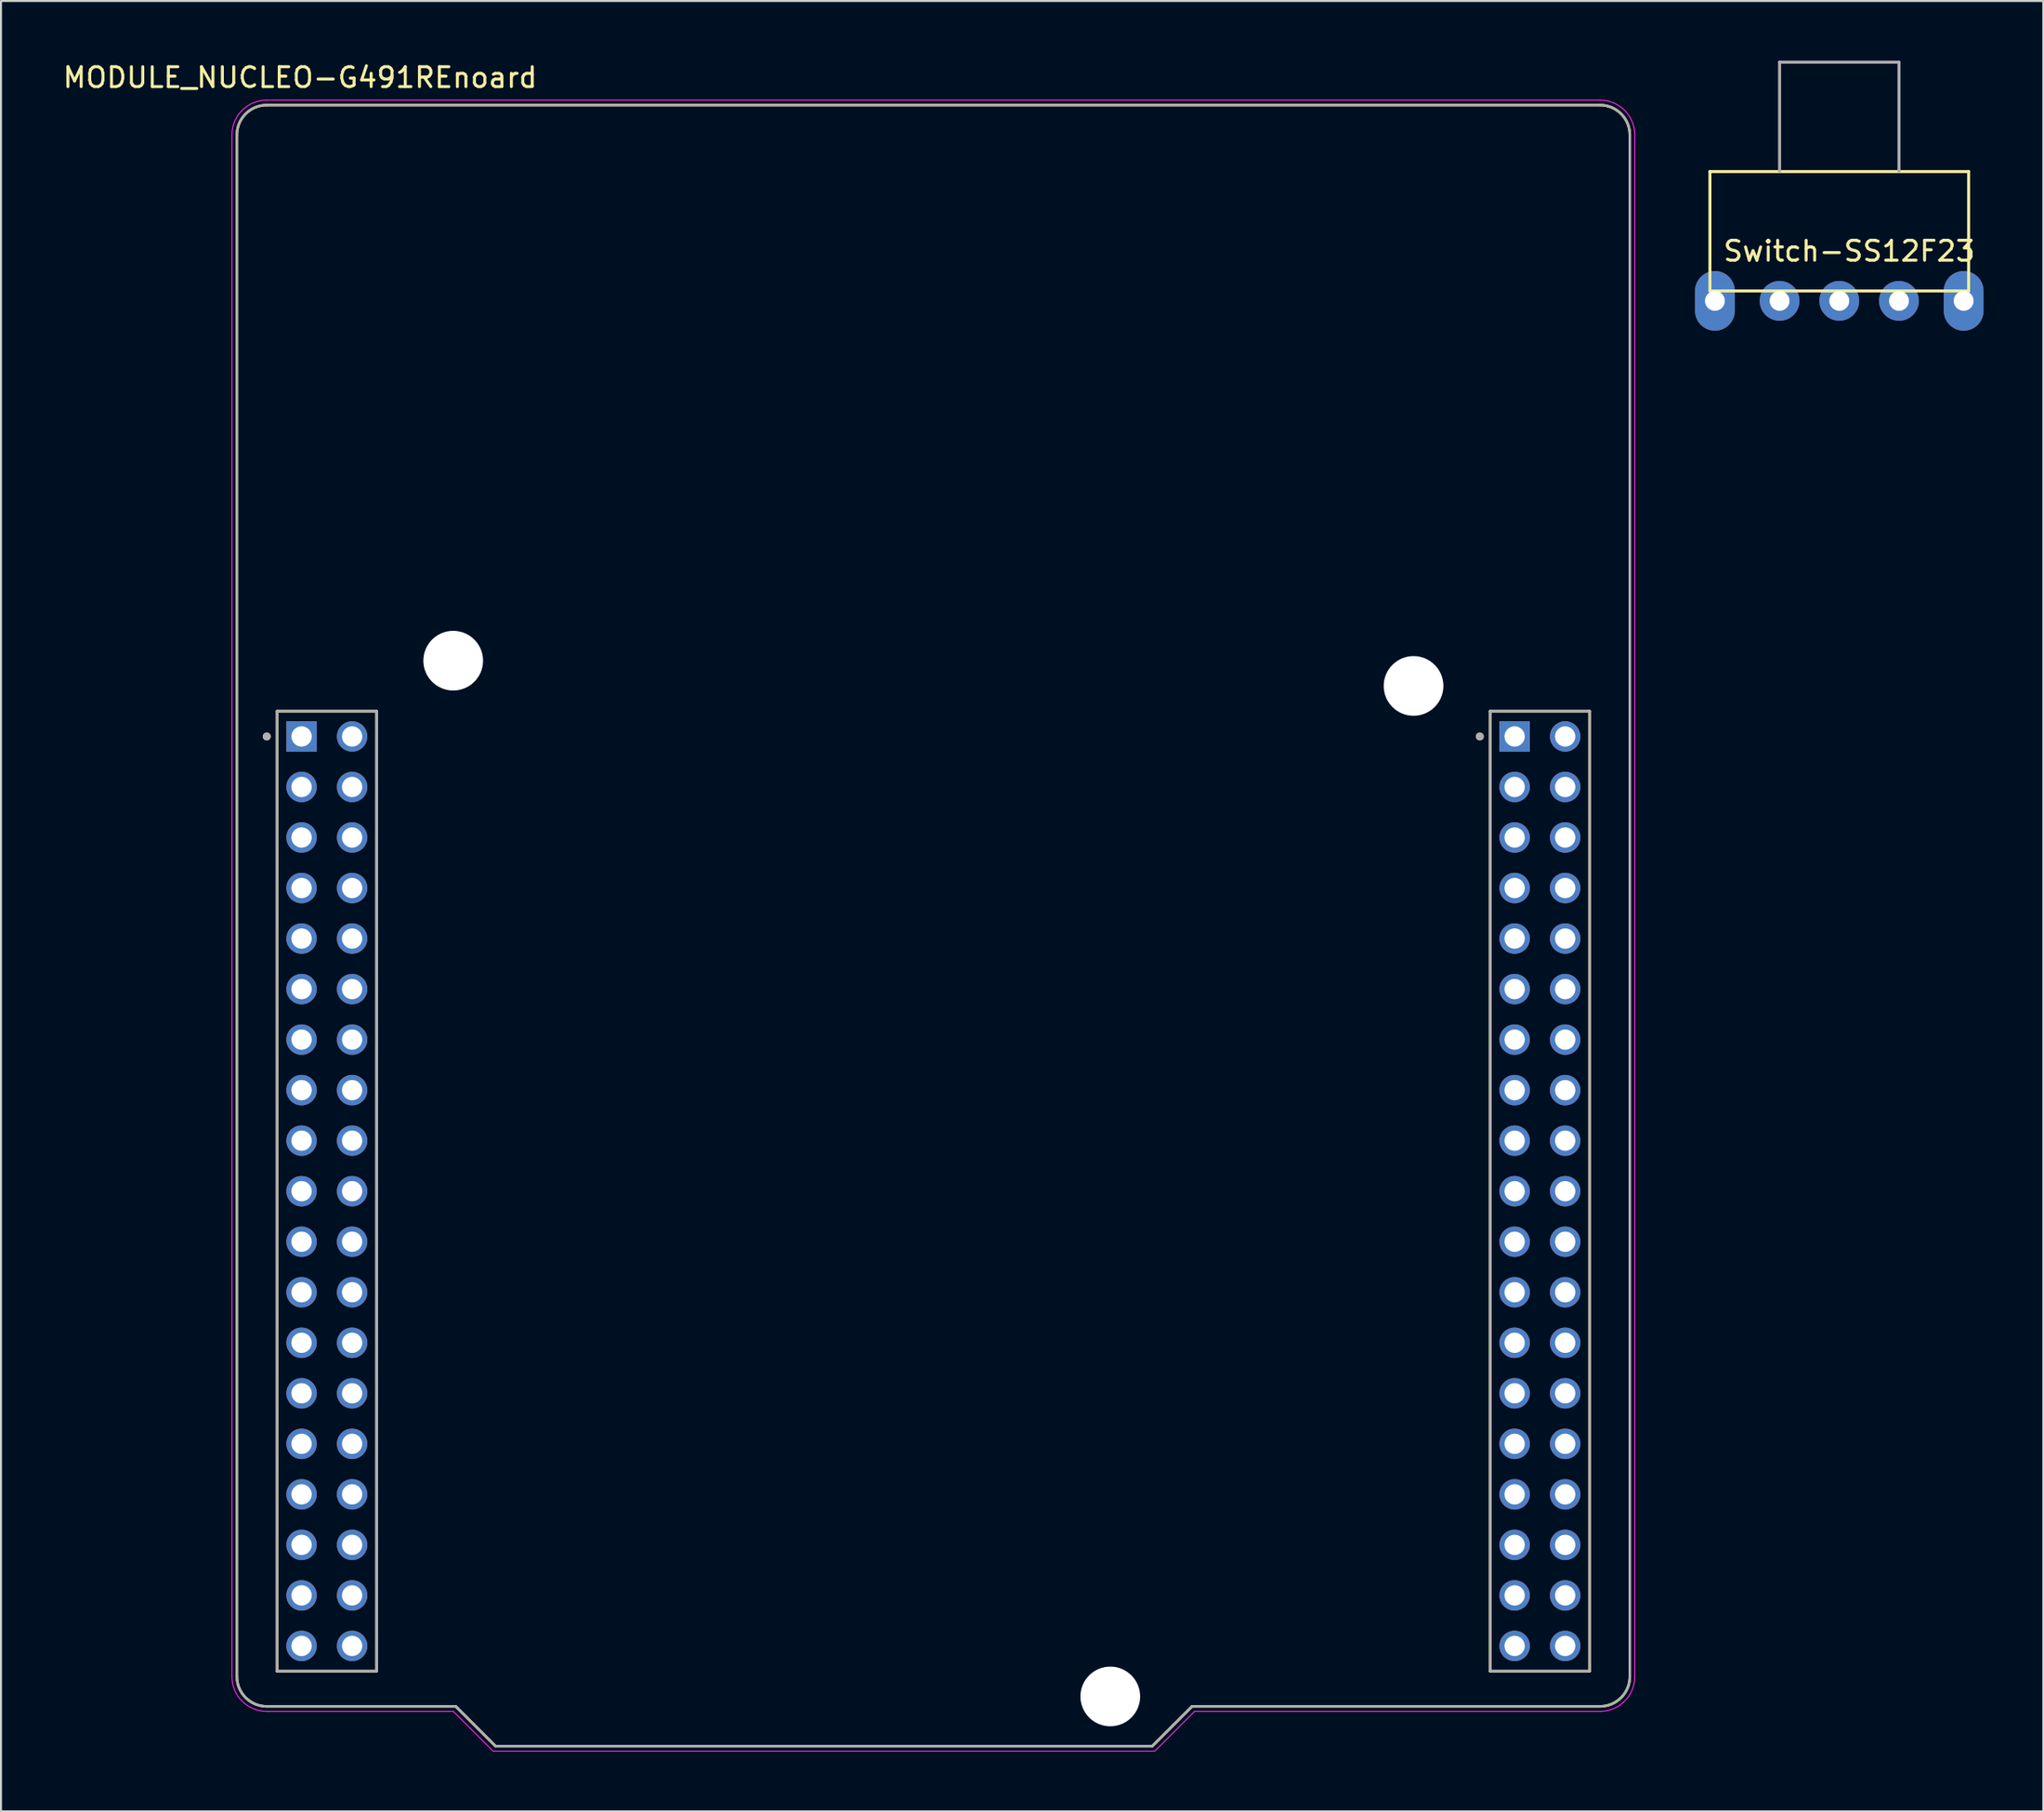
<source format=kicad_pcb>
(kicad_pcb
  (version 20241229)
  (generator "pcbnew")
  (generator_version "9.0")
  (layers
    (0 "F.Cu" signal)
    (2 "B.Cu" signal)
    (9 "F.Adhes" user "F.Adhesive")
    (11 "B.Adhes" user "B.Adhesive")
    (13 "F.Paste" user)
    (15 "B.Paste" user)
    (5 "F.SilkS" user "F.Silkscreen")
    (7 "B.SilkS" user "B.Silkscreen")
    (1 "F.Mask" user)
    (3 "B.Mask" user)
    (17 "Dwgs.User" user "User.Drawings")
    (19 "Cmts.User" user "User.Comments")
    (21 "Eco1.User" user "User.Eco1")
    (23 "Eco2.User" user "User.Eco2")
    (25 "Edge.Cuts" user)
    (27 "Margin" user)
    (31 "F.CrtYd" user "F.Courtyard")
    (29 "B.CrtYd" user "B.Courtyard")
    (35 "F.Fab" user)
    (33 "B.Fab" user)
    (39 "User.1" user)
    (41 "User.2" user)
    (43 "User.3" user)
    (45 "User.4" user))
  (footprint "Switch-SS12F23"
    (layer "F.Cu")
    (at 89.38 12.075)
    (property "Reference" "Switch-SS12F23" (at 0.5 -2.5 0) (layer "F.SilkS") (effects (font (size 1 1) (thickness 0.15))))
    (attr through_hole)
    (fp_line (start -6.5 -6.5) (end -6.5 -0.5) (stroke (width 0.15) (type solid)) (layer "F.SilkS"))
    (fp_line (start -6.5 -0.5) (end 6.5 -0.5) (stroke (width 0.15) (type solid)) (layer "F.SilkS"))
    (fp_line (start 6.5 -6.5) (end -6.5 -6.5) (stroke (width 0.15) (type solid)) (layer "F.SilkS"))
    (fp_line (start 6.5 -0.5) (end 6.5 -6.5) (stroke (width 0.15) (type solid)) (layer "F.SilkS"))
    (fp_line (start -3 -12) (end -3 -6.5) (stroke (width 0.15) (type solid)) (layer "F.Fab"))
    (fp_line (start 3 -12) (end -3 -12) (stroke (width 0.15) (type solid)) (layer "F.Fab"))
    (fp_line (start 3 -6.5) (end 3 -12) (stroke (width 0.15) (type solid)) (layer "F.Fab"))
    (pad "" thru_hole oval (at -6.25 0) (size 2 3) (drill 1) (layers "*.Cu" "*.Mask"))
    (pad "" thru_hole oval (at 6.25 0) (size 2 3) (drill 1) (layers "*.Cu" "*.Mask"))
    (pad "1" thru_hole circle (at -3 0) (size 2 2) (drill 1) (layers "*.Cu" "*.Mask"))
    (pad "2" thru_hole circle (at 0 0) (size 2 2) (drill 1) (layers "*.Cu" "*.Mask"))
    (pad "3" thru_hole circle (at 3 0) (size 2 2) (drill 1) (layers "*.Cu" "*.Mask")))
  (footprint "MODULE_NUCLEO-G491REnoard"
    (layer "F.Cu")
    (at 43.855 43.483)
    (property "Reference" "MODULE_NUCLEO-G491REnoard" (at -31.825 -42.635 0) (layer "F.SilkS") (effects (font (size 1 1) (thickness 0.15))))
    (attr through_hole)
    (fp_line (start -35 37.75) (end -35 -39.75) (stroke (width 0.127) (type solid)) (layer "F.SilkS"))
    (fp_line (start -33.5 -41.25) (end 33.5 -41.25) (stroke (width 0.127) (type solid)) (layer "F.SilkS"))
    (fp_line (start -32.98 -10.78) (end -32.98 37.48) (stroke (width 0.127) (type solid)) (layer "F.SilkS"))
    (fp_line (start -32.98 37.48) (end -27.98 37.48) (stroke (width 0.127) (type solid)) (layer "F.SilkS"))
    (fp_line (start -27.98 -10.78) (end -32.98 -10.78) (stroke (width 0.127) (type solid)) (layer "F.SilkS"))
    (fp_line (start -27.98 37.48) (end -27.98 -10.78) (stroke (width 0.127) (type solid)) (layer "F.SilkS"))
    (fp_line (start -24 39.25) (end -33.5 39.25) (stroke (width 0.127) (type solid)) (layer "F.SilkS"))
    (fp_line (start -22 41.25) (end -24 39.25) (stroke (width 0.127) (type solid)) (layer "F.SilkS"))
    (fp_line (start 11 41.25) (end -22 41.25) (stroke (width 0.127) (type solid)) (layer "F.SilkS"))
    (fp_line (start 13 39.25) (end 11 41.25) (stroke (width 0.127) (type solid)) (layer "F.SilkS"))
    (fp_line (start 27.98 -10.78) (end 27.98 37.48) (stroke (width 0.127) (type solid)) (layer "F.SilkS"))
    (fp_line (start 27.98 37.48) (end 32.98 37.48) (stroke (width 0.127) (type solid)) (layer "F.SilkS"))
    (fp_line (start 32.98 -10.78) (end 27.98 -10.78) (stroke (width 0.127) (type solid)) (layer "F.SilkS"))
    (fp_line (start 32.98 37.48) (end 32.98 -10.78) (stroke (width 0.127) (type solid)) (layer "F.SilkS"))
    (fp_line (start 33.5 39.25) (end 13 39.25) (stroke (width 0.127) (type solid)) (layer "F.SilkS"))
    (fp_line (start 35 -39.75) (end 35 37.75) (stroke (width 0.127) (type solid)) (layer "F.SilkS"))
    (fp_arc (start -35 -39.75) (mid -34.56066 -40.81066) (end -33.5 -41.25) (stroke (width 0.127) (type solid)) (layer "F.SilkS"))
    (fp_arc (start -33.5 39.25) (mid -34.56066 38.81066) (end -35 37.75) (stroke (width 0.127) (type solid)) (layer "F.SilkS"))
    (fp_arc (start 33.5 -41.25) (mid 34.56066 -40.81066) (end 35 -39.75) (stroke (width 0.127) (type solid)) (layer "F.SilkS"))
    (fp_arc (start 35 37.75) (mid 34.56066 38.81066) (end 33.5 39.25) (stroke (width 0.127) (type solid)) (layer "F.SilkS"))
    (fp_circle (center -33.5 -9.51) (end -33.4 -9.51) (stroke (width 0.2) (type solid)) (fill no) (layer "F.SilkS"))
    (fp_circle (center 27.46 -9.51) (end 27.56 -9.51) (stroke (width 0.2) (type solid)) (fill no) (layer "F.SilkS"))
    (fp_line (start -35.25 37.75) (end -35.25 -39.75) (stroke (width 0.05) (type solid)) (layer "F.CrtYd"))
    (fp_line (start -33.5 -41.5) (end 33.5 -41.5) (stroke (width 0.05) (type solid)) (layer "F.CrtYd"))
    (fp_line (start -24.125 39.5) (end -33.5 39.5) (stroke (width 0.05) (type solid)) (layer "F.CrtYd"))
    (fp_line (start -22.125 41.5) (end -24.125 39.5) (stroke (width 0.05) (type solid)) (layer "F.CrtYd"))
    (fp_line (start 11.125 41.5) (end -22.125 41.5) (stroke (width 0.05) (type solid)) (layer "F.CrtYd"))
    (fp_line (start 13.125 39.5) (end 11.125 41.5) (stroke (width 0.05) (type solid)) (layer "F.CrtYd"))
    (fp_line (start 33.5 39.5) (end 13.125 39.5) (stroke (width 0.05) (type solid)) (layer "F.CrtYd"))
    (fp_line (start 35.25 -39.75) (end 35.25 37.75) (stroke (width 0.05) (type solid)) (layer "F.CrtYd"))
    (fp_arc (start -35.25 -39.75) (mid -34.737437 -40.987437) (end -33.5 -41.5) (stroke (width 0.05) (type solid)) (layer "F.CrtYd"))
    (fp_arc (start -33.5 39.5) (mid -34.737437 38.987437) (end -35.25 37.75) (stroke (width 0.05) (type solid)) (layer "F.CrtYd"))
    (fp_arc (start 33.5 -41.5) (mid 34.737437 -40.987437) (end 35.25 -39.75) (stroke (width 0.05) (type solid)) (layer "F.CrtYd"))
    (fp_arc (start 35.25 37.75) (mid 34.737437 38.987437) (end 33.5 39.5) (stroke (width 0.05) (type solid)) (layer "F.CrtYd"))
    (fp_line (start -35 37.75) (end -35 -39.75) (stroke (width 0.127) (type solid)) (layer "F.Fab"))
    (fp_line (start -33.5 -41.25) (end 33.5 -41.25) (stroke (width 0.127) (type solid)) (layer "F.Fab"))
    (fp_line (start -32.98 -10.78) (end -32.98 37.48) (stroke (width 0.127) (type solid)) (layer "F.Fab"))
    (fp_line (start -32.98 37.48) (end -27.98 37.48) (stroke (width 0.127) (type solid)) (layer "F.Fab"))
    (fp_line (start -27.98 -10.78) (end -32.98 -10.78) (stroke (width 0.127) (type solid)) (layer "F.Fab"))
    (fp_line (start -27.98 37.48) (end -27.98 -10.78) (stroke (width 0.127) (type solid)) (layer "F.Fab"))
    (fp_line (start -24 39.25) (end -33.5 39.25) (stroke (width 0.127) (type solid)) (layer "F.Fab"))
    (fp_line (start -22 41.25) (end -24 39.25) (stroke (width 0.127) (type solid)) (layer "F.Fab"))
    (fp_line (start 11 41.25) (end -22 41.25) (stroke (width 0.127) (type solid)) (layer "F.Fab"))
    (fp_line (start 13 39.25) (end 11 41.25) (stroke (width 0.127) (type solid)) (layer "F.Fab"))
    (fp_line (start 27.98 -10.78) (end 27.98 37.48) (stroke (width 0.127) (type solid)) (layer "F.Fab"))
    (fp_line (start 27.98 37.48) (end 32.98 37.48) (stroke (width 0.127) (type solid)) (layer "F.Fab"))
    (fp_line (start 32.98 -10.78) (end 27.98 -10.78) (stroke (width 0.127) (type solid)) (layer "F.Fab"))
    (fp_line (start 32.98 37.48) (end 32.98 -10.78) (stroke (width 0.127) (type solid)) (layer "F.Fab"))
    (fp_line (start 33.5 39.25) (end 13 39.25) (stroke (width 0.127) (type solid)) (layer "F.Fab"))
    (fp_line (start 35 -39.75) (end 35 37.75) (stroke (width 0.127) (type solid)) (layer "F.Fab"))
    (fp_arc (start -35 -39.75) (mid -34.56066 -40.81066) (end -33.5 -41.25) (stroke (width 0.127) (type solid)) (layer "F.Fab"))
    (fp_arc (start -33.5 39.25) (mid -34.56066 38.81066) (end -35 37.75) (stroke (width 0.127) (type solid)) (layer "F.Fab"))
    (fp_arc (start 33.5 -41.25) (mid 34.56066 -40.81066) (end 35 -39.75) (stroke (width 0.127) (type solid)) (layer "F.Fab"))
    (fp_arc (start 35 37.75) (mid 34.56066 38.81066) (end 33.5 39.25) (stroke (width 0.127) (type solid)) (layer "F.Fab"))
    (fp_circle (center -33.5 -9.51) (end -33.4 -9.51) (stroke (width 0.2) (type solid)) (fill no) (layer "F.Fab"))
    (fp_circle (center 27.46 -9.51) (end 27.56 -9.51) (stroke (width 0.2) (type solid)) (fill no) (layer "F.Fab"))
    (pad "" np_thru_hole circle (at -24.13 -13.32) (size 3 3) (drill 3) (layers "*.Cu" "*.Mask"))
    (pad "" np_thru_hole circle (at 8.89 38.75) (size 3 3) (drill 3) (layers "*.Cu" "*.Mask"))
    (pad "" np_thru_hole circle (at 24.13 -12.05) (size 3 3) (drill 3) (layers "*.Cu" "*.Mask"))
    (pad "CN7_1" thru_hole rect (at -31.75 -9.51) (size 1.53 1.53) (drill 1.02) (layers "*.Cu" "*.Mask"))
    (pad "CN7_2" thru_hole circle (at -29.21 -9.51) (size 1.53 1.53) (drill 1.02) (layers "*.Cu" "*.Mask"))
    (pad "CN7_3" thru_hole circle (at -31.75 -6.97) (size 1.53 1.53) (drill 1.02) (layers "*.Cu" "*.Mask"))
    (pad "CN7_4" thru_hole circle (at -29.21 -6.97) (size 1.53 1.53) (drill 1.02) (layers "*.Cu" "*.Mask"))
    (pad "CN7_5" thru_hole circle (at -31.75 -4.43) (size 1.53 1.53) (drill 1.02) (layers "*.Cu" "*.Mask"))
    (pad "CN7_6" thru_hole circle (at -29.21 -4.43) (size 1.53 1.53) (drill 1.02) (layers "*.Cu" "*.Mask"))
    (pad "CN7_7" thru_hole circle (at -31.75 -1.89) (size 1.53 1.53) (drill 1.02) (layers "*.Cu" "*.Mask"))
    (pad "CN7_8" thru_hole circle (at -29.21 -1.89) (size 1.53 1.53) (drill 1.02) (layers "*.Cu" "*.Mask"))
    (pad "CN7_9" thru_hole circle (at -31.75 0.65) (size 1.53 1.53) (drill 1.02) (layers "*.Cu" "*.Mask"))
    (pad "CN7_10" thru_hole circle (at -29.21 0.65) (size 1.53 1.53) (drill 1.02) (layers "*.Cu" "*.Mask"))
    (pad "CN7_11" thru_hole circle (at -31.75 3.19) (size 1.53 1.53) (drill 1.02) (layers "*.Cu" "*.Mask"))
    (pad "CN7_12" thru_hole circle (at -29.21 3.19) (size 1.53 1.53) (drill 1.02) (layers "*.Cu" "*.Mask"))
    (pad "CN7_13" thru_hole circle (at -31.75 5.73) (size 1.53 1.53) (drill 1.02) (layers "*.Cu" "*.Mask"))
    (pad "CN7_14" thru_hole circle (at -29.21 5.73) (size 1.53 1.53) (drill 1.02) (layers "*.Cu" "*.Mask"))
    (pad "CN7_15" thru_hole circle (at -31.75 8.27) (size 1.53 1.53) (drill 1.02) (layers "*.Cu" "*.Mask"))
    (pad "CN7_16" thru_hole circle (at -29.21 8.27) (size 1.53 1.53) (drill 1.02) (layers "*.Cu" "*.Mask"))
    (pad "CN7_17" thru_hole circle (at -31.75 10.81) (size 1.53 1.53) (drill 1.02) (layers "*.Cu" "*.Mask"))
    (pad "CN7_18" thru_hole circle (at -29.21 10.81) (size 1.53 1.53) (drill 1.02) (layers "*.Cu" "*.Mask"))
    (pad "CN7_19" thru_hole circle (at -31.75 13.35) (size 1.53 1.53) (drill 1.02) (layers "*.Cu" "*.Mask"))
    (pad "CN7_20" thru_hole circle (at -29.21 13.35) (size 1.53 1.53) (drill 1.02) (layers "*.Cu" "*.Mask"))
    (pad "CN7_21" thru_hole circle (at -31.75 15.89) (size 1.53 1.53) (drill 1.02) (layers "*.Cu" "*.Mask"))
    (pad "CN7_22" thru_hole circle (at -29.21 15.89) (size 1.53 1.53) (drill 1.02) (layers "*.Cu" "*.Mask"))
    (pad "CN7_23" thru_hole circle (at -31.75 18.43) (size 1.53 1.53) (drill 1.02) (layers "*.Cu" "*.Mask"))
    (pad "CN7_24" thru_hole circle (at -29.21 18.43) (size 1.53 1.53) (drill 1.02) (layers "*.Cu" "*.Mask"))
    (pad "CN7_25" thru_hole circle (at -31.75 20.97) (size 1.53 1.53) (drill 1.02) (layers "*.Cu" "*.Mask"))
    (pad "CN7_26" thru_hole circle (at -29.21 20.97) (size 1.53 1.53) (drill 1.02) (layers "*.Cu" "*.Mask"))
    (pad "CN7_27" thru_hole circle (at -31.75 23.51) (size 1.53 1.53) (drill 1.02) (layers "*.Cu" "*.Mask"))
    (pad "CN7_28" thru_hole circle (at -29.21 23.51) (size 1.53 1.53) (drill 1.02) (layers "*.Cu" "*.Mask"))
    (pad "CN7_29" thru_hole circle (at -31.75 26.05) (size 1.53 1.53) (drill 1.02) (layers "*.Cu" "*.Mask"))
    (pad "CN7_30" thru_hole circle (at -29.21 26.05) (size 1.53 1.53) (drill 1.02) (layers "*.Cu" "*.Mask"))
    (pad "CN7_31" thru_hole circle (at -31.75 28.59) (size 1.53 1.53) (drill 1.02) (layers "*.Cu" "*.Mask"))
    (pad "CN7_32" thru_hole circle (at -29.21 28.59) (size 1.53 1.53) (drill 1.02) (layers "*.Cu" "*.Mask"))
    (pad "CN7_33" thru_hole circle (at -31.75 31.13) (size 1.53 1.53) (drill 1.02) (layers "*.Cu" "*.Mask"))
    (pad "CN7_34" thru_hole circle (at -29.21 31.13) (size 1.53 1.53) (drill 1.02) (layers "*.Cu" "*.Mask"))
    (pad "CN7_35" thru_hole circle (at -31.75 33.67) (size 1.53 1.53) (drill 1.02) (layers "*.Cu" "*.Mask"))
    (pad "CN7_36" thru_hole circle (at -29.21 33.67) (size 1.53 1.53) (drill 1.02) (layers "*.Cu" "*.Mask"))
    (pad "CN7_37" thru_hole circle (at -31.75 36.21) (size 1.53 1.53) (drill 1.02) (layers "*.Cu" "*.Mask"))
    (pad "CN7_38" thru_hole circle (at -29.21 36.21) (size 1.53 1.53) (drill 1.02) (layers "*.Cu" "*.Mask"))
    (pad "CN10_1" thru_hole rect (at 29.21 -9.51) (size 1.53 1.53) (drill 1.02) (layers "*.Cu" "*.Mask"))
    (pad "CN10_2" thru_hole circle (at 31.75 -9.51) (size 1.53 1.53) (drill 1.02) (layers "*.Cu" "*.Mask"))
    (pad "CN10_3" thru_hole circle (at 29.21 -6.97) (size 1.53 1.53) (drill 1.02) (layers "*.Cu" "*.Mask"))
    (pad "CN10_4" thru_hole circle (at 31.75 -6.97) (size 1.53 1.53) (drill 1.02) (layers "*.Cu" "*.Mask"))
    (pad "CN10_5" thru_hole circle (at 29.21 -4.43) (size 1.53 1.53) (drill 1.02) (layers "*.Cu" "*.Mask"))
    (pad "CN10_6" thru_hole circle (at 31.75 -4.43) (size 1.53 1.53) (drill 1.02) (layers "*.Cu" "*.Mask"))
    (pad "CN10_7" thru_hole circle (at 29.21 -1.89) (size 1.53 1.53) (drill 1.02) (layers "*.Cu" "*.Mask"))
    (pad "CN10_8" thru_hole circle (at 31.75 -1.89) (size 1.53 1.53) (drill 1.02) (layers "*.Cu" "*.Mask"))
    (pad "CN10_9" thru_hole circle (at 29.21 0.65) (size 1.53 1.53) (drill 1.02) (layers "*.Cu" "*.Mask"))
    (pad "CN10_10" thru_hole circle (at 31.75 0.65) (size 1.53 1.53) (drill 1.02) (layers "*.Cu" "*.Mask"))
    (pad "CN10_11" thru_hole circle (at 29.21 3.19) (size 1.53 1.53) (drill 1.02) (layers "*.Cu" "*.Mask"))
    (pad "CN10_12" thru_hole circle (at 31.75 3.19) (size 1.53 1.53) (drill 1.02) (layers "*.Cu" "*.Mask"))
    (pad "CN10_13" thru_hole circle (at 29.21 5.73) (size 1.53 1.53) (drill 1.02) (layers "*.Cu" "*.Mask"))
    (pad "CN10_14" thru_hole circle (at 31.75 5.73) (size 1.53 1.53) (drill 1.02) (layers "*.Cu" "*.Mask"))
    (pad "CN10_15" thru_hole circle (at 29.21 8.27) (size 1.53 1.53) (drill 1.02) (layers "*.Cu" "*.Mask"))
    (pad "CN10_16" thru_hole circle (at 31.75 8.27) (size 1.53 1.53) (drill 1.02) (layers "*.Cu" "*.Mask"))
    (pad "CN10_17" thru_hole circle (at 29.21 10.81) (size 1.53 1.53) (drill 1.02) (layers "*.Cu" "*.Mask"))
    (pad "CN10_18" thru_hole circle (at 31.75 10.81) (size 1.53 1.53) (drill 1.02) (layers "*.Cu" "*.Mask"))
    (pad "CN10_19" thru_hole circle (at 29.21 13.35) (size 1.53 1.53) (drill 1.02) (layers "*.Cu" "*.Mask"))
    (pad "CN10_20" thru_hole circle (at 31.75 13.35) (size 1.53 1.53) (drill 1.02) (layers "*.Cu" "*.Mask"))
    (pad "CN10_21" thru_hole circle (at 29.21 15.89) (size 1.53 1.53) (drill 1.02) (layers "*.Cu" "*.Mask"))
    (pad "CN10_22" thru_hole circle (at 31.75 15.89) (size 1.53 1.53) (drill 1.02) (layers "*.Cu" "*.Mask"))
    (pad "CN10_23" thru_hole circle (at 29.21 18.43) (size 1.53 1.53) (drill 1.02) (layers "*.Cu" "*.Mask"))
    (pad "CN10_24" thru_hole circle (at 31.75 18.43) (size 1.53 1.53) (drill 1.02) (layers "*.Cu" "*.Mask"))
    (pad "CN10_25" thru_hole circle (at 29.21 20.97) (size 1.53 1.53) (drill 1.02) (layers "*.Cu" "*.Mask"))
    (pad "CN10_26" thru_hole circle (at 31.75 20.97) (size 1.53 1.53) (drill 1.02) (layers "*.Cu" "*.Mask"))
    (pad "CN10_27" thru_hole circle (at 29.21 23.51) (size 1.53 1.53) (drill 1.02) (layers "*.Cu" "*.Mask"))
    (pad "CN10_28" thru_hole circle (at 31.75 23.51) (size 1.53 1.53) (drill 1.02) (layers "*.Cu" "*.Mask"))
    (pad "CN10_29" thru_hole circle (at 29.21 26.05) (size 1.53 1.53) (drill 1.02) (layers "*.Cu" "*.Mask"))
    (pad "CN10_30" thru_hole circle (at 31.75 26.05) (size 1.53 1.53) (drill 1.02) (layers "*.Cu" "*.Mask"))
    (pad "CN10_31" thru_hole circle (at 29.21 28.59) (size 1.53 1.53) (drill 1.02) (layers "*.Cu" "*.Mask"))
    (pad "CN10_32" thru_hole circle (at 31.75 28.59) (size 1.53 1.53) (drill 1.02) (layers "*.Cu" "*.Mask"))
    (pad "CN10_33" thru_hole circle (at 29.21 31.13) (size 1.53 1.53) (drill 1.02) (layers "*.Cu" "*.Mask"))
    (pad "CN10_34" thru_hole circle (at 31.75 31.13) (size 1.53 1.53) (drill 1.02) (layers "*.Cu" "*.Mask"))
    (pad "CN10_35" thru_hole circle (at 29.21 33.67) (size 1.53 1.53) (drill 1.02) (layers "*.Cu" "*.Mask"))
    (pad "CN10_36" thru_hole circle (at 31.75 33.67) (size 1.53 1.53) (drill 1.02) (layers "*.Cu" "*.Mask"))
    (pad "CN10_37" thru_hole circle (at 29.21 36.21) (size 1.53 1.53) (drill 1.02) (layers "*.Cu" "*.Mask"))
    (pad "CN10_38" thru_hole circle (at 31.75 36.21) (size 1.53 1.53) (drill 1.02) (layers "*.Cu" "*.Mask")))
  (gr_rect
    (start -3 -3)
    (end 99.63 88.008)
    (stroke (width 0.1) (type default))
    (fill no)
    (layer "Edge.Cuts")))
</source>
